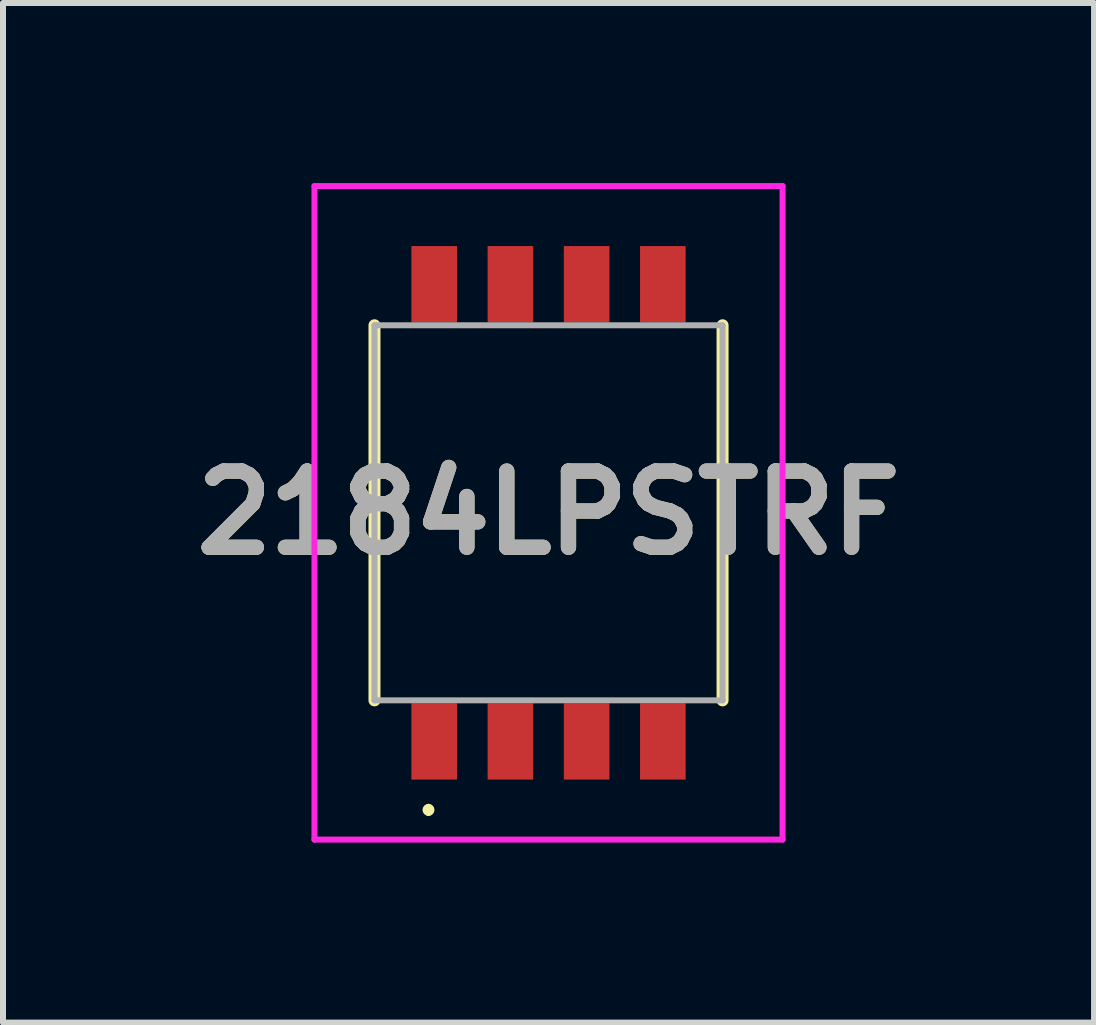
<source format=kicad_pcb>
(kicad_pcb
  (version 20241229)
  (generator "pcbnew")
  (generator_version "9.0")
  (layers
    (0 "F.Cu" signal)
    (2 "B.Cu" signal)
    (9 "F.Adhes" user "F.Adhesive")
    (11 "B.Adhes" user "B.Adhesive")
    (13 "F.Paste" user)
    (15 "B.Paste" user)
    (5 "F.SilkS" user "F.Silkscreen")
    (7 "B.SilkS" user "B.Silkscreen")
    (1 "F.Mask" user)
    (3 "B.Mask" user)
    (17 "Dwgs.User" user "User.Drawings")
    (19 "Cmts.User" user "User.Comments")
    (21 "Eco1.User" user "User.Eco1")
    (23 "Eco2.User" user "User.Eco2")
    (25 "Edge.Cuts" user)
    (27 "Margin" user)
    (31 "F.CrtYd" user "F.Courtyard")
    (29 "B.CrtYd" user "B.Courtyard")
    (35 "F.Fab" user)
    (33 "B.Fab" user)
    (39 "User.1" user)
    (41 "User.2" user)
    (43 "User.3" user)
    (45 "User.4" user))
  (footprint "2184LPSTRF"
    (layer "F.Cu")
    (at 6.09 5.495)
    (property "Reference" "2184LPSTRF" (at 0 0 0) (layer "F.SilkS") (effects (font (size 1.27 1.27) (thickness 0.254))))
    (attr smd)
    (fp_line (start -2.9 -3.125) (end -2.9 3.125) (stroke (width 0.2) (type solid)) (layer "F.SilkS"))
    (fp_line (start -2 4.9) (end -2 4.9) (stroke (width 0.1) (type solid)) (layer "F.SilkS"))
    (fp_line (start -2 5) (end -2 5) (stroke (width 0.1) (type solid)) (layer "F.SilkS"))
    (fp_line (start 2.9 -3.125) (end 2.9 3.125) (stroke (width 0.2) (type solid)) (layer "F.SilkS"))
    (fp_arc (start -2 4.9) (mid -1.95 4.95) (end -2 5) (stroke (width 0.1) (type solid)) (layer "F.SilkS"))
    (fp_arc (start -2 5) (mid -2.05 4.95) (end -2 4.9) (stroke (width 0.1) (type solid)) (layer "F.SilkS"))
    (fp_line (start -3.9 -5.445) (end 3.9 -5.445) (stroke (width 0.1) (type solid)) (layer "F.CrtYd"))
    (fp_line (start -3.9 5.445) (end -3.9 -5.445) (stroke (width 0.1) (type solid)) (layer "F.CrtYd"))
    (fp_line (start 3.9 -5.445) (end 3.9 5.445) (stroke (width 0.1) (type solid)) (layer "F.CrtYd"))
    (fp_line (start 3.9 5.445) (end -3.9 5.445) (stroke (width 0.1) (type solid)) (layer "F.CrtYd"))
    (fp_line (start -2.9 -3.125) (end -2.9 3.125) (stroke (width 0.1) (type solid)) (layer "F.Fab"))
    (fp_line (start -2.9 3.125) (end 2.9 3.125) (stroke (width 0.1) (type solid)) (layer "F.Fab"))
    (fp_line (start 2.9 -3.125) (end -2.9 -3.125) (stroke (width 0.1) (type solid)) (layer "F.Fab"))
    (fp_line (start 2.9 3.125) (end 2.9 -3.125) (stroke (width 0.1) (type solid)) (layer "F.Fab"))
    (fp_text user "${REFERENCE}" (at 0 0 0) (layer "F.Fab") (effects (font (size 1.27 1.27) (thickness 0.254))))
    (pad "1" smd rect (at -1.905 3.81) (size 0.76 1.27) (layers "F.Cu" "F.Mask" "F.Paste"))
    (pad "2" smd rect (at -0.635 3.81) (size 0.76 1.27) (layers "F.Cu" "F.Mask" "F.Paste"))
    (pad "3" smd rect (at 0.635 3.81) (size 0.76 1.27) (layers "F.Cu" "F.Mask" "F.Paste"))
    (pad "4" smd rect (at 1.905 3.81) (size 0.76 1.27) (layers "F.Cu" "F.Mask" "F.Paste"))
    (pad "5" smd rect (at 1.905 -3.81) (size 0.76 1.27) (layers "F.Cu" "F.Mask" "F.Paste"))
    (pad "6" smd rect (at 0.635 -3.81) (size 0.76 1.27) (layers "F.Cu" "F.Mask" "F.Paste"))
    (pad "7" smd rect (at -0.635 -3.81) (size 0.76 1.27) (layers "F.Cu" "F.Mask" "F.Paste"))
    (pad "8" smd rect (at -1.905 -3.81) (size 0.76 1.27) (layers "F.Cu" "F.Mask" "F.Paste")))
  (gr_rect
    (start -3 -3)
    (end 15.18 13.99)
    (stroke (width 0.1) (type default))
    (fill no)
    (layer "Edge.Cuts")))
</source>
